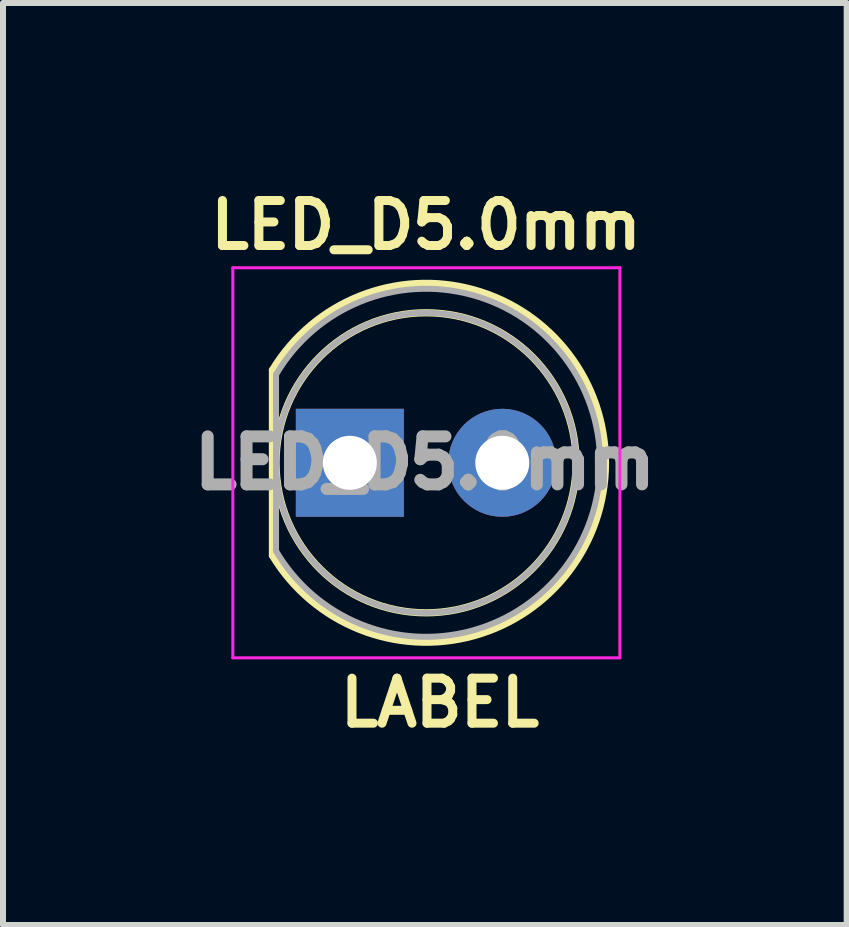
<source format=kicad_pcb>
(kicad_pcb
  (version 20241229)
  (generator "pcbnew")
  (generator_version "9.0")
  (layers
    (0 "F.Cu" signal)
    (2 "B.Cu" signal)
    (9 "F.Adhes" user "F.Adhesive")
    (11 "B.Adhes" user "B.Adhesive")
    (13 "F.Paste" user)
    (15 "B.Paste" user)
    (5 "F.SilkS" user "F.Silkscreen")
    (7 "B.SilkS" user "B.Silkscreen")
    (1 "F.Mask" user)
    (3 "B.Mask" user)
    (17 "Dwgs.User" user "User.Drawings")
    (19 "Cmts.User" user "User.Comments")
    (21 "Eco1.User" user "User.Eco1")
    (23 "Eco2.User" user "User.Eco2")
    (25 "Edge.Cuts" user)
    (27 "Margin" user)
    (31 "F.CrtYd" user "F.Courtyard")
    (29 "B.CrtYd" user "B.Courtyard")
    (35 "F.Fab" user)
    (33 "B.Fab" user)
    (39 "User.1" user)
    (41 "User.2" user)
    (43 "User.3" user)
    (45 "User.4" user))
  (footprint "LED_D5.0mm"
    (layer "F.Cu")
    (at 2.78 4.662)
    (property "Reference" "LED_D5.0mm" (at 1.27 -3.96 0) (layer "F.SilkS") (effects (font (size 0.75 0.75) (thickness 0.15))))
    (attr through_hole)
    (fp_line (start -1.29 -1.545) (end -1.29 1.545) (stroke (width 0.12) (type solid)) (layer "F.SilkS"))
    (fp_arc (start -1.29 -1.54483) (mid 2.072002 -2.880433) (end 4.26 0.000462) (stroke (width 0.12) (type solid)) (layer "F.SilkS"))
    (fp_arc (start 4.26 -0.000462) (mid 2.072002 2.880433) (end -1.29 1.54483) (stroke (width 0.12) (type solid)) (layer "F.SilkS"))
    (fp_circle (center 1.27 0) (end 3.77 0) (stroke (width 0.12) (type solid)) (fill no) (layer "F.SilkS"))
    (fp_line (start -1.95 -3.25) (end -1.95 3.25) (stroke (width 0.05) (type solid)) (layer "F.CrtYd"))
    (fp_line (start -1.95 3.25) (end 4.5 3.25) (stroke (width 0.05) (type solid)) (layer "F.CrtYd"))
    (fp_line (start 4.5 -3.25) (end -1.95 -3.25) (stroke (width 0.05) (type solid)) (layer "F.CrtYd"))
    (fp_line (start 4.5 3.25) (end 4.5 -3.25) (stroke (width 0.05) (type solid)) (layer "F.CrtYd"))
    (fp_line (start -1.23 -1.47) (end -1.23 1.47) (stroke (width 0.1) (type solid)) (layer "F.Fab"))
    (fp_arc (start -1.23 -1.469694) (mid 4.17 0.000016) (end -1.230016 1.469666) (stroke (width 0.1) (type solid)) (layer "F.Fab"))
    (fp_circle (center 1.27 0) (end 3.77 0) (stroke (width 0.1) (type solid)) (fill no) (layer "F.Fab"))
    (fp_text user "LABEL" (at 1.5 4 0) (layer "F.SilkS") (effects (font (size 0.75 0.75) (thickness 0.15))))
    (fp_text user "${REFERENCE}" (at 1.25 0 0) (layer "F.Fab") (effects (font (size 0.8 0.8) (thickness 0.2))))
    (pad "1" thru_hole rect (at 0 0) (size 1.8 1.8) (drill 0.9) (layers "*.Cu" "*.Mask"))
    (pad "2" thru_hole circle (at 2.54 0) (size 1.8 1.8) (drill 0.9) (layers "*.Cu" "*.Mask")))
  (gr_rect
    (start -3 -3)
    (end 11.059 12.364)
    (stroke (width 0.1) (type default))
    (fill no)
    (layer "Edge.Cuts")))
</source>
